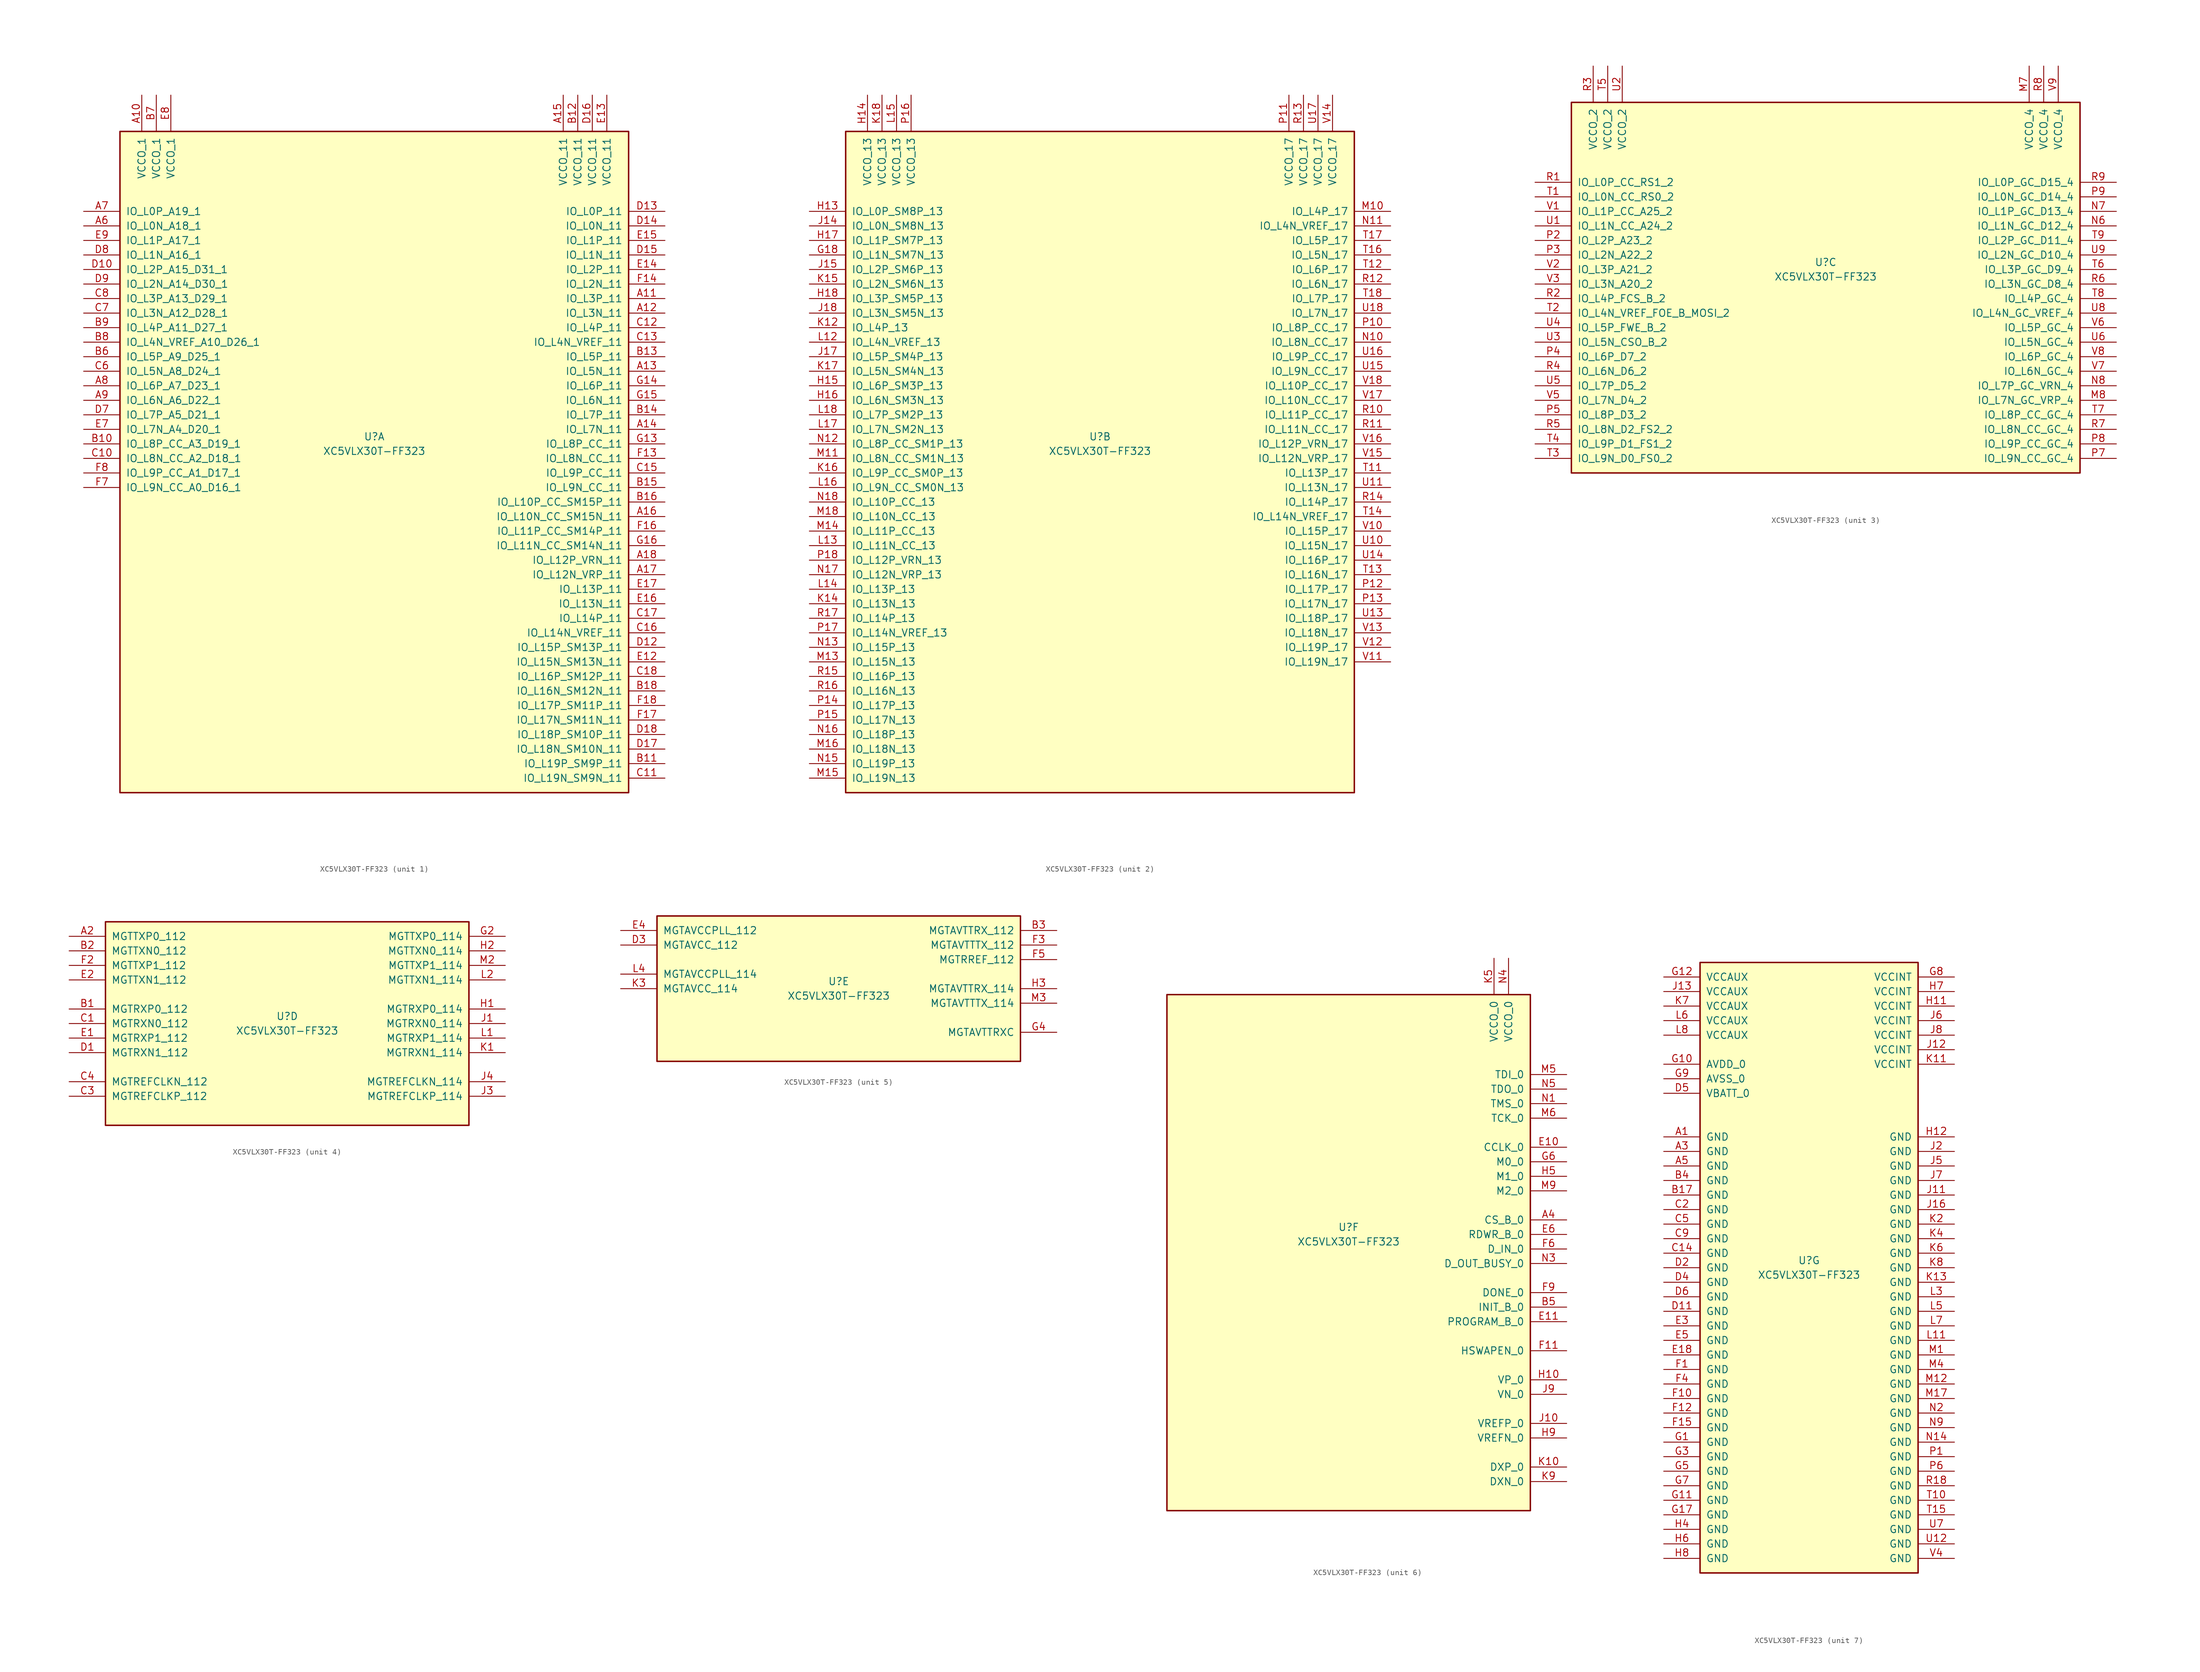
<source format=kicad_sym>
(kicad_symbol_lib
  (version 20211014)
  (generator kicad_symbol_editor)
  (symbol "XC5VLX30T-FF323"
    (pin_names
      (offset 1.016))
    (property "Reference" "U"
      (at 0 1.27 0)
      (effects (font (size 1.27 1.27))))
    (property "Value" "XC5VLX30T-FF323"
      (at 0 -1.27 0)
      (effects (font (size 1.27 1.27))))
    (property "Datasheet" ""
      (at 0 0 0)
      (effects (font (size 1.27 1.27))))
    (property "ki_locked" ""
      (at 0 0 0)
      (effects (font (size 1.27 1.27))))
    (symbol "XC5VLX30T-FF323_1_1"
      (rectangle (start -44.45 54.61) (end 44.45 -60.96) (stroke (width 0.254) (type default) (color 0 0 0 0)) (fill (type background)))
      (pin power_in line (at -40.64 60.96 270) (length 6.35) (name "VCCO_1" (effects (font (size 1.27 1.27)))) (number "A10" (effects (font (size 1.27 1.27)))))
      (pin bidirectional line (at 50.8 25.4 180) (length 6.35) (name "IO_L3P_11" (effects (font (size 1.27 1.27)))) (number "A11" (effects (font (size 1.27 1.27)))))
      (pin bidirectional line (at 50.8 22.86 180) (length 6.35) (name "IO_L3N_11" (effects (font (size 1.27 1.27)))) (number "A12" (effects (font (size 1.27 1.27)))))
      (pin bidirectional line (at 50.8 12.7 180) (length 6.35) (name "IO_L5N_11" (effects (font (size 1.27 1.27)))) (number "A13" (effects (font (size 1.27 1.27)))))
      (pin bidirectional line (at 50.8 2.54 180) (length 6.35) (name "IO_L7N_11" (effects (font (size 1.27 1.27)))) (number "A14" (effects (font (size 1.27 1.27)))))
      (pin power_in line (at 33.02 60.96 270) (length 6.35) (name "VCCO_11" (effects (font (size 1.27 1.27)))) (number "A15" (effects (font (size 1.27 1.27)))))
      (pin bidirectional line (at 50.8 -12.7 180) (length 6.35) (name "IO_L10N_CC_SM15N_11" (effects (font (size 1.27 1.27)))) (number "A16" (effects (font (size 1.27 1.27)))))
      (pin bidirectional line (at 50.8 -22.86 180) (length 6.35) (name "IO_L12N_VRP_11" (effects (font (size 1.27 1.27)))) (number "A17" (effects (font (size 1.27 1.27)))))
      (pin bidirectional line (at 50.8 -20.32 180) (length 6.35) (name "IO_L12P_VRN_11" (effects (font (size 1.27 1.27)))) (number "A18" (effects (font (size 1.27 1.27)))))
      (pin bidirectional line (at -50.8 38.1 0) (length 6.35) (name "IO_L0N_A18_1" (effects (font (size 1.27 1.27)))) (number "A6" (effects (font (size 1.27 1.27)))))
      (pin bidirectional line (at -50.8 40.64 0) (length 6.35) (name "IO_L0P_A19_1" (effects (font (size 1.27 1.27)))) (number "A7" (effects (font (size 1.27 1.27)))))
      (pin bidirectional line (at -50.8 10.16 0) (length 6.35) (name "IO_L6P_A7_D23_1" (effects (font (size 1.27 1.27)))) (number "A8" (effects (font (size 1.27 1.27)))))
      (pin bidirectional line (at -50.8 7.62 0) (length 6.35) (name "IO_L6N_A6_D22_1" (effects (font (size 1.27 1.27)))) (number "A9" (effects (font (size 1.27 1.27)))))
      (pin bidirectional line (at -50.8 0 0) (length 6.35) (name "IO_L8P_CC_A3_D19_1" (effects (font (size 1.27 1.27)))) (number "B10" (effects (font (size 1.27 1.27)))))
      (pin bidirectional line (at 50.8 -55.88 180) (length 6.35) (name "IO_L19P_SM9P_11" (effects (font (size 1.27 1.27)))) (number "B11" (effects (font (size 1.27 1.27)))))
      (pin power_in line (at 35.56 60.96 270) (length 6.35) (name "VCCO_11" (effects (font (size 1.27 1.27)))) (number "B12" (effects (font (size 1.27 1.27)))))
      (pin bidirectional line (at 50.8 15.24 180) (length 6.35) (name "IO_L5P_11" (effects (font (size 1.27 1.27)))) (number "B13" (effects (font (size 1.27 1.27)))))
      (pin bidirectional line (at 50.8 5.08 180) (length 6.35) (name "IO_L7P_11" (effects (font (size 1.27 1.27)))) (number "B14" (effects (font (size 1.27 1.27)))))
      (pin bidirectional line (at 50.8 -7.62 180) (length 6.35) (name "IO_L9N_CC_11" (effects (font (size 1.27 1.27)))) (number "B15" (effects (font (size 1.27 1.27)))))
      (pin bidirectional line (at 50.8 -10.16 180) (length 6.35) (name "IO_L10P_CC_SM15P_11" (effects (font (size 1.27 1.27)))) (number "B16" (effects (font (size 1.27 1.27)))))
      (pin bidirectional line (at 50.8 -43.18 180) (length 6.35) (name "IO_L16N_SM12N_11" (effects (font (size 1.27 1.27)))) (number "B18" (effects (font (size 1.27 1.27)))))
      (pin bidirectional line (at -50.8 15.24 0) (length 6.35) (name "IO_L5P_A9_D25_1" (effects (font (size 1.27 1.27)))) (number "B6" (effects (font (size 1.27 1.27)))))
      (pin power_in line (at -38.1 60.96 270) (length 6.35) (name "VCCO_1" (effects (font (size 1.27 1.27)))) (number "B7" (effects (font (size 1.27 1.27)))))
      (pin bidirectional line (at -50.8 17.78 0) (length 6.35) (name "IO_L4N_VREF_A10_D26_1" (effects (font (size 1.27 1.27)))) (number "B8" (effects (font (size 1.27 1.27)))))
      (pin bidirectional line (at -50.8 20.32 0) (length 6.35) (name "IO_L4P_A11_D27_1" (effects (font (size 1.27 1.27)))) (number "B9" (effects (font (size 1.27 1.27)))))
      (pin bidirectional line (at -50.8 -2.54 0) (length 6.35) (name "IO_L8N_CC_A2_D18_1" (effects (font (size 1.27 1.27)))) (number "C10" (effects (font (size 1.27 1.27)))))
      (pin bidirectional line (at 50.8 -58.42 180) (length 6.35) (name "IO_L19N_SM9N_11" (effects (font (size 1.27 1.27)))) (number "C11" (effects (font (size 1.27 1.27)))))
      (pin bidirectional line (at 50.8 20.32 180) (length 6.35) (name "IO_L4P_11" (effects (font (size 1.27 1.27)))) (number "C12" (effects (font (size 1.27 1.27)))))
      (pin bidirectional line (at 50.8 17.78 180) (length 6.35) (name "IO_L4N_VREF_11" (effects (font (size 1.27 1.27)))) (number "C13" (effects (font (size 1.27 1.27)))))
      (pin bidirectional line (at 50.8 -5.08 180) (length 6.35) (name "IO_L9P_CC_11" (effects (font (size 1.27 1.27)))) (number "C15" (effects (font (size 1.27 1.27)))))
      (pin bidirectional line (at 50.8 -33.02 180) (length 6.35) (name "IO_L14N_VREF_11" (effects (font (size 1.27 1.27)))) (number "C16" (effects (font (size 1.27 1.27)))))
      (pin bidirectional line (at 50.8 -30.48 180) (length 6.35) (name "IO_L14P_11" (effects (font (size 1.27 1.27)))) (number "C17" (effects (font (size 1.27 1.27)))))
      (pin bidirectional line (at 50.8 -40.64 180) (length 6.35) (name "IO_L16P_SM12P_11" (effects (font (size 1.27 1.27)))) (number "C18" (effects (font (size 1.27 1.27)))))
      (pin bidirectional line (at -50.8 12.7 0) (length 6.35) (name "IO_L5N_A8_D24_1" (effects (font (size 1.27 1.27)))) (number "C6" (effects (font (size 1.27 1.27)))))
      (pin bidirectional line (at -50.8 22.86 0) (length 6.35) (name "IO_L3N_A12_D28_1" (effects (font (size 1.27 1.27)))) (number "C7" (effects (font (size 1.27 1.27)))))
      (pin bidirectional line (at -50.8 25.4 0) (length 6.35) (name "IO_L3P_A13_D29_1" (effects (font (size 1.27 1.27)))) (number "C8" (effects (font (size 1.27 1.27)))))
      (pin bidirectional line (at -50.8 30.48 0) (length 6.35) (name "IO_L2P_A15_D31_1" (effects (font (size 1.27 1.27)))) (number "D10" (effects (font (size 1.27 1.27)))))
      (pin bidirectional line (at 50.8 -35.56 180) (length 6.35) (name "IO_L15P_SM13P_11" (effects (font (size 1.27 1.27)))) (number "D12" (effects (font (size 1.27 1.27)))))
      (pin bidirectional line (at 50.8 40.64 180) (length 6.35) (name "IO_L0P_11" (effects (font (size 1.27 1.27)))) (number "D13" (effects (font (size 1.27 1.27)))))
      (pin bidirectional line (at 50.8 38.1 180) (length 6.35) (name "IO_L0N_11" (effects (font (size 1.27 1.27)))) (number "D14" (effects (font (size 1.27 1.27)))))
      (pin bidirectional line (at 50.8 33.02 180) (length 6.35) (name "IO_L1N_11" (effects (font (size 1.27 1.27)))) (number "D15" (effects (font (size 1.27 1.27)))))
      (pin power_in line (at 38.1 60.96 270) (length 6.35) (name "VCCO_11" (effects (font (size 1.27 1.27)))) (number "D16" (effects (font (size 1.27 1.27)))))
      (pin bidirectional line (at 50.8 -53.34 180) (length 6.35) (name "IO_L18N_SM10N_11" (effects (font (size 1.27 1.27)))) (number "D17" (effects (font (size 1.27 1.27)))))
      (pin bidirectional line (at 50.8 -50.8 180) (length 6.35) (name "IO_L18P_SM10P_11" (effects (font (size 1.27 1.27)))) (number "D18" (effects (font (size 1.27 1.27)))))
      (pin bidirectional line (at -50.8 5.08 0) (length 6.35) (name "IO_L7P_A5_D21_1" (effects (font (size 1.27 1.27)))) (number "D7" (effects (font (size 1.27 1.27)))))
      (pin bidirectional line (at -50.8 33.02 0) (length 6.35) (name "IO_L1N_A16_1" (effects (font (size 1.27 1.27)))) (number "D8" (effects (font (size 1.27 1.27)))))
      (pin bidirectional line (at -50.8 27.94 0) (length 6.35) (name "IO_L2N_A14_D30_1" (effects (font (size 1.27 1.27)))) (number "D9" (effects (font (size 1.27 1.27)))))
      (pin bidirectional line (at 50.8 -38.1 180) (length 6.35) (name "IO_L15N_SM13N_11" (effects (font (size 1.27 1.27)))) (number "E12" (effects (font (size 1.27 1.27)))))
      (pin power_in line (at 40.64 60.96 270) (length 6.35) (name "VCCO_11" (effects (font (size 1.27 1.27)))) (number "E13" (effects (font (size 1.27 1.27)))))
      (pin bidirectional line (at 50.8 30.48 180) (length 6.35) (name "IO_L2P_11" (effects (font (size 1.27 1.27)))) (number "E14" (effects (font (size 1.27 1.27)))))
      (pin bidirectional line (at 50.8 35.56 180) (length 6.35) (name "IO_L1P_11" (effects (font (size 1.27 1.27)))) (number "E15" (effects (font (size 1.27 1.27)))))
      (pin bidirectional line (at 50.8 -27.94 180) (length 6.35) (name "IO_L13N_11" (effects (font (size 1.27 1.27)))) (number "E16" (effects (font (size 1.27 1.27)))))
      (pin bidirectional line (at 50.8 -25.4 180) (length 6.35) (name "IO_L13P_11" (effects (font (size 1.27 1.27)))) (number "E17" (effects (font (size 1.27 1.27)))))
      (pin bidirectional line (at -50.8 2.54 0) (length 6.35) (name "IO_L7N_A4_D20_1" (effects (font (size 1.27 1.27)))) (number "E7" (effects (font (size 1.27 1.27)))))
      (pin power_in line (at -35.56 60.96 270) (length 6.35) (name "VCCO_1" (effects (font (size 1.27 1.27)))) (number "E8" (effects (font (size 1.27 1.27)))))
      (pin bidirectional line (at -50.8 35.56 0) (length 6.35) (name "IO_L1P_A17_1" (effects (font (size 1.27 1.27)))) (number "E9" (effects (font (size 1.27 1.27)))))
      (pin bidirectional line (at 50.8 -2.54 180) (length 6.35) (name "IO_L8N_CC_11" (effects (font (size 1.27 1.27)))) (number "F13" (effects (font (size 1.27 1.27)))))
      (pin bidirectional line (at 50.8 27.94 180) (length 6.35) (name "IO_L2N_11" (effects (font (size 1.27 1.27)))) (number "F14" (effects (font (size 1.27 1.27)))))
      (pin bidirectional line (at 50.8 -15.24 180) (length 6.35) (name "IO_L11P_CC_SM14P_11" (effects (font (size 1.27 1.27)))) (number "F16" (effects (font (size 1.27 1.27)))))
      (pin bidirectional line (at 50.8 -48.26 180) (length 6.35) (name "IO_L17N_SM11N_11" (effects (font (size 1.27 1.27)))) (number "F17" (effects (font (size 1.27 1.27)))))
      (pin bidirectional line (at 50.8 -45.72 180) (length 6.35) (name "IO_L17P_SM11P_11" (effects (font (size 1.27 1.27)))) (number "F18" (effects (font (size 1.27 1.27)))))
      (pin bidirectional line (at -50.8 -7.62 0) (length 6.35) (name "IO_L9N_CC_A0_D16_1" (effects (font (size 1.27 1.27)))) (number "F7" (effects (font (size 1.27 1.27)))))
      (pin bidirectional line (at -50.8 -5.08 0) (length 6.35) (name "IO_L9P_CC_A1_D17_1" (effects (font (size 1.27 1.27)))) (number "F8" (effects (font (size 1.27 1.27)))))
      (pin bidirectional line (at 50.8 0 180) (length 6.35) (name "IO_L8P_CC_11" (effects (font (size 1.27 1.27)))) (number "G13" (effects (font (size 1.27 1.27)))))
      (pin bidirectional line (at 50.8 10.16 180) (length 6.35) (name "IO_L6P_11" (effects (font (size 1.27 1.27)))) (number "G14" (effects (font (size 1.27 1.27)))))
      (pin bidirectional line (at 50.8 7.62 180) (length 6.35) (name "IO_L6N_11" (effects (font (size 1.27 1.27)))) (number "G15" (effects (font (size 1.27 1.27)))))
      (pin bidirectional line (at 50.8 -17.78 180) (length 6.35) (name "IO_L11N_CC_SM14N_11" (effects (font (size 1.27 1.27)))) (number "G16" (effects (font (size 1.27 1.27))))))
    (symbol "XC5VLX30T-FF323_2_1"
      (rectangle (start -44.45 54.61) (end 44.45 -60.96) (stroke (width 0.254) (type default) (color 0 0 0 0)) (fill (type background)))
      (pin bidirectional line (at -50.8 33.02 0) (length 6.35) (name "IO_L1N_SM7N_13" (effects (font (size 1.27 1.27)))) (number "G18" (effects (font (size 1.27 1.27)))))
      (pin bidirectional line (at -50.8 40.64 0) (length 6.35) (name "IO_L0P_SM8P_13" (effects (font (size 1.27 1.27)))) (number "H13" (effects (font (size 1.27 1.27)))))
      (pin power_in line (at -40.64 60.96 270) (length 6.35) (name "VCCO_13" (effects (font (size 1.27 1.27)))) (number "H14" (effects (font (size 1.27 1.27)))))
      (pin bidirectional line (at -50.8 10.16 0) (length 6.35) (name "IO_L6P_SM3P_13" (effects (font (size 1.27 1.27)))) (number "H15" (effects (font (size 1.27 1.27)))))
      (pin bidirectional line (at -50.8 7.62 0) (length 6.35) (name "IO_L6N_SM3N_13" (effects (font (size 1.27 1.27)))) (number "H16" (effects (font (size 1.27 1.27)))))
      (pin bidirectional line (at -50.8 35.56 0) (length 6.35) (name "IO_L1P_SM7P_13" (effects (font (size 1.27 1.27)))) (number "H17" (effects (font (size 1.27 1.27)))))
      (pin bidirectional line (at -50.8 25.4 0) (length 6.35) (name "IO_L3P_SM5P_13" (effects (font (size 1.27 1.27)))) (number "H18" (effects (font (size 1.27 1.27)))))
      (pin bidirectional line (at -50.8 38.1 0) (length 6.35) (name "IO_L0N_SM8N_13" (effects (font (size 1.27 1.27)))) (number "J14" (effects (font (size 1.27 1.27)))))
      (pin bidirectional line (at -50.8 30.48 0) (length 6.35) (name "IO_L2P_SM6P_13" (effects (font (size 1.27 1.27)))) (number "J15" (effects (font (size 1.27 1.27)))))
      (pin bidirectional line (at -50.8 15.24 0) (length 6.35) (name "IO_L5P_SM4P_13" (effects (font (size 1.27 1.27)))) (number "J17" (effects (font (size 1.27 1.27)))))
      (pin bidirectional line (at -50.8 22.86 0) (length 6.35) (name "IO_L3N_SM5N_13" (effects (font (size 1.27 1.27)))) (number "J18" (effects (font (size 1.27 1.27)))))
      (pin bidirectional line (at -50.8 20.32 0) (length 6.35) (name "IO_L4P_13" (effects (font (size 1.27 1.27)))) (number "K12" (effects (font (size 1.27 1.27)))))
      (pin bidirectional line (at -50.8 -27.94 0) (length 6.35) (name "IO_L13N_13" (effects (font (size 1.27 1.27)))) (number "K14" (effects (font (size 1.27 1.27)))))
      (pin bidirectional line (at -50.8 27.94 0) (length 6.35) (name "IO_L2N_SM6N_13" (effects (font (size 1.27 1.27)))) (number "K15" (effects (font (size 1.27 1.27)))))
      (pin bidirectional line (at -50.8 -5.08 0) (length 6.35) (name "IO_L9P_CC_SM0P_13" (effects (font (size 1.27 1.27)))) (number "K16" (effects (font (size 1.27 1.27)))))
      (pin bidirectional line (at -50.8 12.7 0) (length 6.35) (name "IO_L5N_SM4N_13" (effects (font (size 1.27 1.27)))) (number "K17" (effects (font (size 1.27 1.27)))))
      (pin power_in line (at -38.1 60.96 270) (length 6.35) (name "VCCO_13" (effects (font (size 1.27 1.27)))) (number "K18" (effects (font (size 1.27 1.27)))))
      (pin bidirectional line (at -50.8 17.78 0) (length 6.35) (name "IO_L4N_VREF_13" (effects (font (size 1.27 1.27)))) (number "L12" (effects (font (size 1.27 1.27)))))
      (pin bidirectional line (at -50.8 -17.78 0) (length 6.35) (name "IO_L11N_CC_13" (effects (font (size 1.27 1.27)))) (number "L13" (effects (font (size 1.27 1.27)))))
      (pin bidirectional line (at -50.8 -25.4 0) (length 6.35) (name "IO_L13P_13" (effects (font (size 1.27 1.27)))) (number "L14" (effects (font (size 1.27 1.27)))))
      (pin power_in line (at -35.56 60.96 270) (length 6.35) (name "VCCO_13" (effects (font (size 1.27 1.27)))) (number "L15" (effects (font (size 1.27 1.27)))))
      (pin bidirectional line (at -50.8 -7.62 0) (length 6.35) (name "IO_L9N_CC_SM0N_13" (effects (font (size 1.27 1.27)))) (number "L16" (effects (font (size 1.27 1.27)))))
      (pin bidirectional line (at -50.8 2.54 0) (length 6.35) (name "IO_L7N_SM2N_13" (effects (font (size 1.27 1.27)))) (number "L17" (effects (font (size 1.27 1.27)))))
      (pin bidirectional line (at -50.8 5.08 0) (length 6.35) (name "IO_L7P_SM2P_13" (effects (font (size 1.27 1.27)))) (number "L18" (effects (font (size 1.27 1.27)))))
      (pin bidirectional line (at 50.8 40.64 180) (length 6.35) (name "IO_L4P_17" (effects (font (size 1.27 1.27)))) (number "M10" (effects (font (size 1.27 1.27)))))
      (pin bidirectional line (at -50.8 -2.54 0) (length 6.35) (name "IO_L8N_CC_SM1N_13" (effects (font (size 1.27 1.27)))) (number "M11" (effects (font (size 1.27 1.27)))))
      (pin bidirectional line (at -50.8 -38.1 0) (length 6.35) (name "IO_L15N_13" (effects (font (size 1.27 1.27)))) (number "M13" (effects (font (size 1.27 1.27)))))
      (pin bidirectional line (at -50.8 -15.24 0) (length 6.35) (name "IO_L11P_CC_13" (effects (font (size 1.27 1.27)))) (number "M14" (effects (font (size 1.27 1.27)))))
      (pin bidirectional line (at -50.8 -58.42 0) (length 6.35) (name "IO_L19N_13" (effects (font (size 1.27 1.27)))) (number "M15" (effects (font (size 1.27 1.27)))))
      (pin bidirectional line (at -50.8 -53.34 0) (length 6.35) (name "IO_L18N_13" (effects (font (size 1.27 1.27)))) (number "M16" (effects (font (size 1.27 1.27)))))
      (pin bidirectional line (at -50.8 -12.7 0) (length 6.35) (name "IO_L10N_CC_13" (effects (font (size 1.27 1.27)))) (number "M18" (effects (font (size 1.27 1.27)))))
      (pin bidirectional line (at 50.8 17.78 180) (length 6.35) (name "IO_L8N_CC_17" (effects (font (size 1.27 1.27)))) (number "N10" (effects (font (size 1.27 1.27)))))
      (pin bidirectional line (at 50.8 38.1 180) (length 6.35) (name "IO_L4N_VREF_17" (effects (font (size 1.27 1.27)))) (number "N11" (effects (font (size 1.27 1.27)))))
      (pin bidirectional line (at -50.8 0 0) (length 6.35) (name "IO_L8P_CC_SM1P_13" (effects (font (size 1.27 1.27)))) (number "N12" (effects (font (size 1.27 1.27)))))
      (pin bidirectional line (at -50.8 -35.56 0) (length 6.35) (name "IO_L15P_13" (effects (font (size 1.27 1.27)))) (number "N13" (effects (font (size 1.27 1.27)))))
      (pin bidirectional line (at -50.8 -55.88 0) (length 6.35) (name "IO_L19P_13" (effects (font (size 1.27 1.27)))) (number "N15" (effects (font (size 1.27 1.27)))))
      (pin bidirectional line (at -50.8 -50.8 0) (length 6.35) (name "IO_L18P_13" (effects (font (size 1.27 1.27)))) (number "N16" (effects (font (size 1.27 1.27)))))
      (pin bidirectional line (at -50.8 -22.86 0) (length 6.35) (name "IO_L12N_VRP_13" (effects (font (size 1.27 1.27)))) (number "N17" (effects (font (size 1.27 1.27)))))
      (pin bidirectional line (at -50.8 -10.16 0) (length 6.35) (name "IO_L10P_CC_13" (effects (font (size 1.27 1.27)))) (number "N18" (effects (font (size 1.27 1.27)))))
      (pin bidirectional line (at 50.8 20.32 180) (length 6.35) (name "IO_L8P_CC_17" (effects (font (size 1.27 1.27)))) (number "P10" (effects (font (size 1.27 1.27)))))
      (pin power_in line (at 33.02 60.96 270) (length 6.35) (name "VCCO_17" (effects (font (size 1.27 1.27)))) (number "P11" (effects (font (size 1.27 1.27)))))
      (pin bidirectional line (at 50.8 -25.4 180) (length 6.35) (name "IO_L17P_17" (effects (font (size 1.27 1.27)))) (number "P12" (effects (font (size 1.27 1.27)))))
      (pin bidirectional line (at 50.8 -27.94 180) (length 6.35) (name "IO_L17N_17" (effects (font (size 1.27 1.27)))) (number "P13" (effects (font (size 1.27 1.27)))))
      (pin bidirectional line (at -50.8 -45.72 0) (length 6.35) (name "IO_L17P_13" (effects (font (size 1.27 1.27)))) (number "P14" (effects (font (size 1.27 1.27)))))
      (pin bidirectional line (at -50.8 -48.26 0) (length 6.35) (name "IO_L17N_13" (effects (font (size 1.27 1.27)))) (number "P15" (effects (font (size 1.27 1.27)))))
      (pin power_in line (at -33.02 60.96 270) (length 6.35) (name "VCCO_13" (effects (font (size 1.27 1.27)))) (number "P16" (effects (font (size 1.27 1.27)))))
      (pin bidirectional line (at -50.8 -33.02 0) (length 6.35) (name "IO_L14N_VREF_13" (effects (font (size 1.27 1.27)))) (number "P17" (effects (font (size 1.27 1.27)))))
      (pin bidirectional line (at -50.8 -20.32 0) (length 6.35) (name "IO_L12P_VRN_13" (effects (font (size 1.27 1.27)))) (number "P18" (effects (font (size 1.27 1.27)))))
      (pin bidirectional line (at 50.8 5.08 180) (length 6.35) (name "IO_L11P_CC_17" (effects (font (size 1.27 1.27)))) (number "R10" (effects (font (size 1.27 1.27)))))
      (pin bidirectional line (at 50.8 2.54 180) (length 6.35) (name "IO_L11N_CC_17" (effects (font (size 1.27 1.27)))) (number "R11" (effects (font (size 1.27 1.27)))))
      (pin bidirectional line (at 50.8 27.94 180) (length 6.35) (name "IO_L6N_17" (effects (font (size 1.27 1.27)))) (number "R12" (effects (font (size 1.27 1.27)))))
      (pin power_in line (at 35.56 60.96 270) (length 6.35) (name "VCCO_17" (effects (font (size 1.27 1.27)))) (number "R13" (effects (font (size 1.27 1.27)))))
      (pin bidirectional line (at 50.8 -10.16 180) (length 6.35) (name "IO_L14P_17" (effects (font (size 1.27 1.27)))) (number "R14" (effects (font (size 1.27 1.27)))))
      (pin bidirectional line (at -50.8 -40.64 0) (length 6.35) (name "IO_L16P_13" (effects (font (size 1.27 1.27)))) (number "R15" (effects (font (size 1.27 1.27)))))
      (pin bidirectional line (at -50.8 -43.18 0) (length 6.35) (name "IO_L16N_13" (effects (font (size 1.27 1.27)))) (number "R16" (effects (font (size 1.27 1.27)))))
      (pin bidirectional line (at -50.8 -30.48 0) (length 6.35) (name "IO_L14P_13" (effects (font (size 1.27 1.27)))) (number "R17" (effects (font (size 1.27 1.27)))))
      (pin bidirectional line (at 50.8 -5.08 180) (length 6.35) (name "IO_L13P_17" (effects (font (size 1.27 1.27)))) (number "T11" (effects (font (size 1.27 1.27)))))
      (pin bidirectional line (at 50.8 30.48 180) (length 6.35) (name "IO_L6P_17" (effects (font (size 1.27 1.27)))) (number "T12" (effects (font (size 1.27 1.27)))))
      (pin bidirectional line (at 50.8 -22.86 180) (length 6.35) (name "IO_L16N_17" (effects (font (size 1.27 1.27)))) (number "T13" (effects (font (size 1.27 1.27)))))
      (pin bidirectional line (at 50.8 -12.7 180) (length 6.35) (name "IO_L14N_VREF_17" (effects (font (size 1.27 1.27)))) (number "T14" (effects (font (size 1.27 1.27)))))
      (pin bidirectional line (at 50.8 33.02 180) (length 6.35) (name "IO_L5N_17" (effects (font (size 1.27 1.27)))) (number "T16" (effects (font (size 1.27 1.27)))))
      (pin bidirectional line (at 50.8 35.56 180) (length 6.35) (name "IO_L5P_17" (effects (font (size 1.27 1.27)))) (number "T17" (effects (font (size 1.27 1.27)))))
      (pin bidirectional line (at 50.8 25.4 180) (length 6.35) (name "IO_L7P_17" (effects (font (size 1.27 1.27)))) (number "T18" (effects (font (size 1.27 1.27)))))
      (pin bidirectional line (at 50.8 -17.78 180) (length 6.35) (name "IO_L15N_17" (effects (font (size 1.27 1.27)))) (number "U10" (effects (font (size 1.27 1.27)))))
      (pin bidirectional line (at 50.8 -7.62 180) (length 6.35) (name "IO_L13N_17" (effects (font (size 1.27 1.27)))) (number "U11" (effects (font (size 1.27 1.27)))))
      (pin bidirectional line (at 50.8 -30.48 180) (length 6.35) (name "IO_L18P_17" (effects (font (size 1.27 1.27)))) (number "U13" (effects (font (size 1.27 1.27)))))
      (pin bidirectional line (at 50.8 -20.32 180) (length 6.35) (name "IO_L16P_17" (effects (font (size 1.27 1.27)))) (number "U14" (effects (font (size 1.27 1.27)))))
      (pin bidirectional line (at 50.8 12.7 180) (length 6.35) (name "IO_L9N_CC_17" (effects (font (size 1.27 1.27)))) (number "U15" (effects (font (size 1.27 1.27)))))
      (pin bidirectional line (at 50.8 15.24 180) (length 6.35) (name "IO_L9P_CC_17" (effects (font (size 1.27 1.27)))) (number "U16" (effects (font (size 1.27 1.27)))))
      (pin power_in line (at 38.1 60.96 270) (length 6.35) (name "VCCO_17" (effects (font (size 1.27 1.27)))) (number "U17" (effects (font (size 1.27 1.27)))))
      (pin bidirectional line (at 50.8 22.86 180) (length 6.35) (name "IO_L7N_17" (effects (font (size 1.27 1.27)))) (number "U18" (effects (font (size 1.27 1.27)))))
      (pin bidirectional line (at 50.8 -15.24 180) (length 6.35) (name "IO_L15P_17" (effects (font (size 1.27 1.27)))) (number "V10" (effects (font (size 1.27 1.27)))))
      (pin bidirectional line (at 50.8 -38.1 180) (length 6.35) (name "IO_L19N_17" (effects (font (size 1.27 1.27)))) (number "V11" (effects (font (size 1.27 1.27)))))
      (pin bidirectional line (at 50.8 -35.56 180) (length 6.35) (name "IO_L19P_17" (effects (font (size 1.27 1.27)))) (number "V12" (effects (font (size 1.27 1.27)))))
      (pin bidirectional line (at 50.8 -33.02 180) (length 6.35) (name "IO_L18N_17" (effects (font (size 1.27 1.27)))) (number "V13" (effects (font (size 1.27 1.27)))))
      (pin power_in line (at 40.64 60.96 270) (length 6.35) (name "VCCO_17" (effects (font (size 1.27 1.27)))) (number "V14" (effects (font (size 1.27 1.27)))))
      (pin bidirectional line (at 50.8 -2.54 180) (length 6.35) (name "IO_L12N_VRP_17" (effects (font (size 1.27 1.27)))) (number "V15" (effects (font (size 1.27 1.27)))))
      (pin bidirectional line (at 50.8 0 180) (length 6.35) (name "IO_L12P_VRN_17" (effects (font (size 1.27 1.27)))) (number "V16" (effects (font (size 1.27 1.27)))))
      (pin bidirectional line (at 50.8 7.62 180) (length 6.35) (name "IO_L10N_CC_17" (effects (font (size 1.27 1.27)))) (number "V17" (effects (font (size 1.27 1.27)))))
      (pin bidirectional line (at 50.8 10.16 180) (length 6.35) (name "IO_L10P_CC_17" (effects (font (size 1.27 1.27)))) (number "V18" (effects (font (size 1.27 1.27))))))
    (symbol "XC5VLX30T-FF323_3_1"
      (rectangle (start -44.45 29.21) (end 44.45 -35.56) (stroke (width 0.254) (type default) (color 0 0 0 0)) (fill (type background)))
      (pin power_in line (at 35.56 35.56 270) (length 6.35) (name "VCCO_4" (effects (font (size 1.27 1.27)))) (number "M7" (effects (font (size 1.27 1.27)))))
      (pin bidirectional line (at 50.8 -22.86 180) (length 6.35) (name "IO_L7N_GC_VRP_4" (effects (font (size 1.27 1.27)))) (number "M8" (effects (font (size 1.27 1.27)))))
      (pin bidirectional line (at 50.8 7.62 180) (length 6.35) (name "IO_L1N_GC_D12_4" (effects (font (size 1.27 1.27)))) (number "N6" (effects (font (size 1.27 1.27)))))
      (pin bidirectional line (at 50.8 10.16 180) (length 6.35) (name "IO_L1P_GC_D13_4" (effects (font (size 1.27 1.27)))) (number "N7" (effects (font (size 1.27 1.27)))))
      (pin bidirectional line (at 50.8 -20.32 180) (length 6.35) (name "IO_L7P_GC_VRN_4" (effects (font (size 1.27 1.27)))) (number "N8" (effects (font (size 1.27 1.27)))))
      (pin bidirectional line (at -50.8 5.08 0) (length 6.35) (name "IO_L2P_A23_2" (effects (font (size 1.27 1.27)))) (number "P2" (effects (font (size 1.27 1.27)))))
      (pin bidirectional line (at -50.8 2.54 0) (length 6.35) (name "IO_L2N_A22_2" (effects (font (size 1.27 1.27)))) (number "P3" (effects (font (size 1.27 1.27)))))
      (pin bidirectional line (at -50.8 -15.24 0) (length 6.35) (name "IO_L6P_D7_2" (effects (font (size 1.27 1.27)))) (number "P4" (effects (font (size 1.27 1.27)))))
      (pin bidirectional line (at -50.8 -25.4 0) (length 6.35) (name "IO_L8P_D3_2" (effects (font (size 1.27 1.27)))) (number "P5" (effects (font (size 1.27 1.27)))))
      (pin bidirectional line (at 50.8 -33.02 180) (length 6.35) (name "IO_L9N_CC_GC_4" (effects (font (size 1.27 1.27)))) (number "P7" (effects (font (size 1.27 1.27)))))
      (pin bidirectional line (at 50.8 -30.48 180) (length 6.35) (name "IO_L9P_CC_GC_4" (effects (font (size 1.27 1.27)))) (number "P8" (effects (font (size 1.27 1.27)))))
      (pin bidirectional line (at 50.8 12.7 180) (length 6.35) (name "IO_L0N_GC_D14_4" (effects (font (size 1.27 1.27)))) (number "P9" (effects (font (size 1.27 1.27)))))
      (pin bidirectional line (at -50.8 15.24 0) (length 6.35) (name "IO_L0P_CC_RS1_2" (effects (font (size 1.27 1.27)))) (number "R1" (effects (font (size 1.27 1.27)))))
      (pin bidirectional line (at -50.8 -5.08 0) (length 6.35) (name "IO_L4P_FCS_B_2" (effects (font (size 1.27 1.27)))) (number "R2" (effects (font (size 1.27 1.27)))))
      (pin power_in line (at -40.64 35.56 270) (length 6.35) (name "VCCO_2" (effects (font (size 1.27 1.27)))) (number "R3" (effects (font (size 1.27 1.27)))))
      (pin bidirectional line (at -50.8 -17.78 0) (length 6.35) (name "IO_L6N_D6_2" (effects (font (size 1.27 1.27)))) (number "R4" (effects (font (size 1.27 1.27)))))
      (pin bidirectional line (at -50.8 -27.94 0) (length 6.35) (name "IO_L8N_D2_FS2_2" (effects (font (size 1.27 1.27)))) (number "R5" (effects (font (size 1.27 1.27)))))
      (pin bidirectional line (at 50.8 -2.54 180) (length 6.35) (name "IO_L3N_GC_D8_4" (effects (font (size 1.27 1.27)))) (number "R6" (effects (font (size 1.27 1.27)))))
      (pin bidirectional line (at 50.8 -27.94 180) (length 6.35) (name "IO_L8N_CC_GC_4" (effects (font (size 1.27 1.27)))) (number "R7" (effects (font (size 1.27 1.27)))))
      (pin power_in line (at 38.1 35.56 270) (length 6.35) (name "VCCO_4" (effects (font (size 1.27 1.27)))) (number "R8" (effects (font (size 1.27 1.27)))))
      (pin bidirectional line (at 50.8 15.24 180) (length 6.35) (name "IO_L0P_GC_D15_4" (effects (font (size 1.27 1.27)))) (number "R9" (effects (font (size 1.27 1.27)))))
      (pin bidirectional line (at -50.8 12.7 0) (length 6.35) (name "IO_L0N_CC_RS0_2" (effects (font (size 1.27 1.27)))) (number "T1" (effects (font (size 1.27 1.27)))))
      (pin bidirectional line (at -50.8 -7.62 0) (length 6.35) (name "IO_L4N_VREF_FOE_B_MOSI_2" (effects (font (size 1.27 1.27)))) (number "T2" (effects (font (size 1.27 1.27)))))
      (pin bidirectional line (at -50.8 -33.02 0) (length 6.35) (name "IO_L9N_D0_FS0_2" (effects (font (size 1.27 1.27)))) (number "T3" (effects (font (size 1.27 1.27)))))
      (pin bidirectional line (at -50.8 -30.48 0) (length 6.35) (name "IO_L9P_D1_FS1_2" (effects (font (size 1.27 1.27)))) (number "T4" (effects (font (size 1.27 1.27)))))
      (pin power_in line (at -38.1 35.56 270) (length 6.35) (name "VCCO_2" (effects (font (size 1.27 1.27)))) (number "T5" (effects (font (size 1.27 1.27)))))
      (pin bidirectional line (at 50.8 0 180) (length 6.35) (name "IO_L3P_GC_D9_4" (effects (font (size 1.27 1.27)))) (number "T6" (effects (font (size 1.27 1.27)))))
      (pin bidirectional line (at 50.8 -25.4 180) (length 6.35) (name "IO_L8P_CC_GC_4" (effects (font (size 1.27 1.27)))) (number "T7" (effects (font (size 1.27 1.27)))))
      (pin bidirectional line (at 50.8 -5.08 180) (length 6.35) (name "IO_L4P_GC_4" (effects (font (size 1.27 1.27)))) (number "T8" (effects (font (size 1.27 1.27)))))
      (pin bidirectional line (at 50.8 5.08 180) (length 6.35) (name "IO_L2P_GC_D11_4" (effects (font (size 1.27 1.27)))) (number "T9" (effects (font (size 1.27 1.27)))))
      (pin bidirectional line (at -50.8 7.62 0) (length 6.35) (name "IO_L1N_CC_A24_2" (effects (font (size 1.27 1.27)))) (number "U1" (effects (font (size 1.27 1.27)))))
      (pin power_in line (at -35.56 35.56 270) (length 6.35) (name "VCCO_2" (effects (font (size 1.27 1.27)))) (number "U2" (effects (font (size 1.27 1.27)))))
      (pin bidirectional line (at -50.8 -12.7 0) (length 6.35) (name "IO_L5N_CSO_B_2" (effects (font (size 1.27 1.27)))) (number "U3" (effects (font (size 1.27 1.27)))))
      (pin bidirectional line (at -50.8 -10.16 0) (length 6.35) (name "IO_L5P_FWE_B_2" (effects (font (size 1.27 1.27)))) (number "U4" (effects (font (size 1.27 1.27)))))
      (pin bidirectional line (at -50.8 -20.32 0) (length 6.35) (name "IO_L7P_D5_2" (effects (font (size 1.27 1.27)))) (number "U5" (effects (font (size 1.27 1.27)))))
      (pin bidirectional line (at 50.8 -12.7 180) (length 6.35) (name "IO_L5N_GC_4" (effects (font (size 1.27 1.27)))) (number "U6" (effects (font (size 1.27 1.27)))))
      (pin bidirectional line (at 50.8 -7.62 180) (length 6.35) (name "IO_L4N_GC_VREF_4" (effects (font (size 1.27 1.27)))) (number "U8" (effects (font (size 1.27 1.27)))))
      (pin bidirectional line (at 50.8 2.54 180) (length 6.35) (name "IO_L2N_GC_D10_4" (effects (font (size 1.27 1.27)))) (number "U9" (effects (font (size 1.27 1.27)))))
      (pin bidirectional line (at -50.8 10.16 0) (length 6.35) (name "IO_L1P_CC_A25_2" (effects (font (size 1.27 1.27)))) (number "V1" (effects (font (size 1.27 1.27)))))
      (pin bidirectional line (at -50.8 0 0) (length 6.35) (name "IO_L3P_A21_2" (effects (font (size 1.27 1.27)))) (number "V2" (effects (font (size 1.27 1.27)))))
      (pin bidirectional line (at -50.8 -2.54 0) (length 6.35) (name "IO_L3N_A20_2" (effects (font (size 1.27 1.27)))) (number "V3" (effects (font (size 1.27 1.27)))))
      (pin bidirectional line (at -50.8 -22.86 0) (length 6.35) (name "IO_L7N_D4_2" (effects (font (size 1.27 1.27)))) (number "V5" (effects (font (size 1.27 1.27)))))
      (pin bidirectional line (at 50.8 -10.16 180) (length 6.35) (name "IO_L5P_GC_4" (effects (font (size 1.27 1.27)))) (number "V6" (effects (font (size 1.27 1.27)))))
      (pin bidirectional line (at 50.8 -17.78 180) (length 6.35) (name "IO_L6N_GC_4" (effects (font (size 1.27 1.27)))) (number "V7" (effects (font (size 1.27 1.27)))))
      (pin bidirectional line (at 50.8 -15.24 180) (length 6.35) (name "IO_L6P_GC_4" (effects (font (size 1.27 1.27)))) (number "V8" (effects (font (size 1.27 1.27)))))
      (pin power_in line (at 40.64 35.56 270) (length 6.35) (name "VCCO_4" (effects (font (size 1.27 1.27)))) (number "V9" (effects (font (size 1.27 1.27))))))
    (symbol "XC5VLX30T-FF323_4_1"
      (rectangle (start -31.75 17.78) (end 31.75 -17.78) (stroke (width 0.254) (type default) (color 0 0 0 0)) (fill (type background)))
      (pin bidirectional line (at -38.1 15.24 0) (length 6.35) (name "MGTTXP0_112" (effects (font (size 1.27 1.27)))) (number "A2" (effects (font (size 1.27 1.27)))))
      (pin bidirectional line (at -38.1 2.54 0) (length 6.35) (name "MGTRXP0_112" (effects (font (size 1.27 1.27)))) (number "B1" (effects (font (size 1.27 1.27)))))
      (pin bidirectional line (at -38.1 12.7 0) (length 6.35) (name "MGTTXN0_112" (effects (font (size 1.27 1.27)))) (number "B2" (effects (font (size 1.27 1.27)))))
      (pin bidirectional line (at -38.1 0 0) (length 6.35) (name "MGTRXN0_112" (effects (font (size 1.27 1.27)))) (number "C1" (effects (font (size 1.27 1.27)))))
      (pin bidirectional line (at -38.1 -12.7 0) (length 6.35) (name "MGTREFCLKP_112" (effects (font (size 1.27 1.27)))) (number "C3" (effects (font (size 1.27 1.27)))))
      (pin bidirectional line (at -38.1 -10.16 0) (length 6.35) (name "MGTREFCLKN_112" (effects (font (size 1.27 1.27)))) (number "C4" (effects (font (size 1.27 1.27)))))
      (pin bidirectional line (at -38.1 -5.08 0) (length 6.35) (name "MGTRXN1_112" (effects (font (size 1.27 1.27)))) (number "D1" (effects (font (size 1.27 1.27)))))
      (pin bidirectional line (at -38.1 -2.54 0) (length 6.35) (name "MGTRXP1_112" (effects (font (size 1.27 1.27)))) (number "E1" (effects (font (size 1.27 1.27)))))
      (pin bidirectional line (at -38.1 7.62 0) (length 6.35) (name "MGTTXN1_112" (effects (font (size 1.27 1.27)))) (number "E2" (effects (font (size 1.27 1.27)))))
      (pin bidirectional line (at -38.1 10.16 0) (length 6.35) (name "MGTTXP1_112" (effects (font (size 1.27 1.27)))) (number "F2" (effects (font (size 1.27 1.27)))))
      (pin bidirectional line (at 38.1 15.24 180) (length 6.35) (name "MGTTXP0_114" (effects (font (size 1.27 1.27)))) (number "G2" (effects (font (size 1.27 1.27)))))
      (pin bidirectional line (at 38.1 2.54 180) (length 6.35) (name "MGTRXP0_114" (effects (font (size 1.27 1.27)))) (number "H1" (effects (font (size 1.27 1.27)))))
      (pin bidirectional line (at 38.1 12.7 180) (length 6.35) (name "MGTTXN0_114" (effects (font (size 1.27 1.27)))) (number "H2" (effects (font (size 1.27 1.27)))))
      (pin bidirectional line (at 38.1 0 180) (length 6.35) (name "MGTRXN0_114" (effects (font (size 1.27 1.27)))) (number "J1" (effects (font (size 1.27 1.27)))))
      (pin bidirectional line (at 38.1 -12.7 180) (length 6.35) (name "MGTREFCLKP_114" (effects (font (size 1.27 1.27)))) (number "J3" (effects (font (size 1.27 1.27)))))
      (pin bidirectional line (at 38.1 -10.16 180) (length 6.35) (name "MGTREFCLKN_114" (effects (font (size 1.27 1.27)))) (number "J4" (effects (font (size 1.27 1.27)))))
      (pin bidirectional line (at 38.1 -5.08 180) (length 6.35) (name "MGTRXN1_114" (effects (font (size 1.27 1.27)))) (number "K1" (effects (font (size 1.27 1.27)))))
      (pin bidirectional line (at 38.1 -2.54 180) (length 6.35) (name "MGTRXP1_114" (effects (font (size 1.27 1.27)))) (number "L1" (effects (font (size 1.27 1.27)))))
      (pin bidirectional line (at 38.1 7.62 180) (length 6.35) (name "MGTTXN1_114" (effects (font (size 1.27 1.27)))) (number "L2" (effects (font (size 1.27 1.27)))))
      (pin bidirectional line (at 38.1 10.16 180) (length 6.35) (name "MGTTXP1_114" (effects (font (size 1.27 1.27)))) (number "M2" (effects (font (size 1.27 1.27))))))
    (symbol "XC5VLX30T-FF323_5_1"
      (rectangle (start -31.75 12.7) (end 31.75 -12.7) (stroke (width 0.254) (type default) (color 0 0 0 0)) (fill (type background)))
      (pin power_in line (at 38.1 10.16 180) (length 6.35) (name "MGTAVTTRX_112" (effects (font (size 1.27 1.27)))) (number "B3" (effects (font (size 1.27 1.27)))))
      (pin power_in line (at -38.1 7.62 0) (length 6.35) (name "MGTAVCC_112" (effects (font (size 1.27 1.27)))) (number "D3" (effects (font (size 1.27 1.27)))))
      (pin power_in line (at -38.1 10.16 0) (length 6.35) (name "MGTAVCCPLL_112" (effects (font (size 1.27 1.27)))) (number "E4" (effects (font (size 1.27 1.27)))))
      (pin power_in line (at 38.1 7.62 180) (length 6.35) (name "MGTAVTTTX_112" (effects (font (size 1.27 1.27)))) (number "F3" (effects (font (size 1.27 1.27)))))
      (pin power_in line (at 38.1 5.08 180) (length 6.35) (name "MGTRREF_112" (effects (font (size 1.27 1.27)))) (number "F5" (effects (font (size 1.27 1.27)))))
      (pin power_in line (at 38.1 -7.62 180) (length 6.35) (name "MGTAVTTRXC" (effects (font (size 1.27 1.27)))) (number "G4" (effects (font (size 1.27 1.27)))))
      (pin power_in line (at 38.1 0 180) (length 6.35) (name "MGTAVTTRX_114" (effects (font (size 1.27 1.27)))) (number "H3" (effects (font (size 1.27 1.27)))))
      (pin power_in line (at -38.1 0 0) (length 6.35) (name "MGTAVCC_114" (effects (font (size 1.27 1.27)))) (number "K3" (effects (font (size 1.27 1.27)))))
      (pin power_in line (at -38.1 2.54 0) (length 6.35) (name "MGTAVCCPLL_114" (effects (font (size 1.27 1.27)))) (number "L4" (effects (font (size 1.27 1.27)))))
      (pin power_in line (at 38.1 -2.54 180) (length 6.35) (name "MGTAVTTTX_114" (effects (font (size 1.27 1.27)))) (number "M3" (effects (font (size 1.27 1.27))))))
    (symbol "XC5VLX30T-FF323_6_1"
      (rectangle (start -31.75 41.91) (end 31.75 -48.26) (stroke (width 0.254) (type default) (color 0 0 0 0)) (fill (type background)))
      (pin bidirectional line (at 38.1 2.54 180) (length 6.35) (name "CS_B_0" (effects (font (size 1.27 1.27)))) (number "A4" (effects (font (size 1.27 1.27)))))
      (pin bidirectional line (at 38.1 -12.7 180) (length 6.35) (name "INIT_B_0" (effects (font (size 1.27 1.27)))) (number "B5" (effects (font (size 1.27 1.27)))))
      (pin bidirectional line (at 38.1 15.24 180) (length 6.35) (name "CCLK_0" (effects (font (size 1.27 1.27)))) (number "E10" (effects (font (size 1.27 1.27)))))
      (pin bidirectional line (at 38.1 -15.24 180) (length 6.35) (name "PROGRAM_B_0" (effects (font (size 1.27 1.27)))) (number "E11" (effects (font (size 1.27 1.27)))))
      (pin bidirectional line (at 38.1 0 180) (length 6.35) (name "RDWR_B_0" (effects (font (size 1.27 1.27)))) (number "E6" (effects (font (size 1.27 1.27)))))
      (pin bidirectional line (at 38.1 -20.32 180) (length 6.35) (name "HSWAPEN_0" (effects (font (size 1.27 1.27)))) (number "F11" (effects (font (size 1.27 1.27)))))
      (pin bidirectional line (at 38.1 -2.54 180) (length 6.35) (name "D_IN_0" (effects (font (size 1.27 1.27)))) (number "F6" (effects (font (size 1.27 1.27)))))
      (pin bidirectional line (at 38.1 -10.16 180) (length 6.35) (name "DONE_0" (effects (font (size 1.27 1.27)))) (number "F9" (effects (font (size 1.27 1.27)))))
      (pin bidirectional line (at 38.1 12.7 180) (length 6.35) (name "M0_0" (effects (font (size 1.27 1.27)))) (number "G6" (effects (font (size 1.27 1.27)))))
      (pin bidirectional line (at 38.1 -25.4 180) (length 6.35) (name "VP_0" (effects (font (size 1.27 1.27)))) (number "H10" (effects (font (size 1.27 1.27)))))
      (pin bidirectional line (at 38.1 10.16 180) (length 6.35) (name "M1_0" (effects (font (size 1.27 1.27)))) (number "H5" (effects (font (size 1.27 1.27)))))
      (pin bidirectional line (at 38.1 -35.56 180) (length 6.35) (name "VREFN_0" (effects (font (size 1.27 1.27)))) (number "H9" (effects (font (size 1.27 1.27)))))
      (pin bidirectional line (at 38.1 -33.02 180) (length 6.35) (name "VREFP_0" (effects (font (size 1.27 1.27)))) (number "J10" (effects (font (size 1.27 1.27)))))
      (pin bidirectional line (at 38.1 -27.94 180) (length 6.35) (name "VN_0" (effects (font (size 1.27 1.27)))) (number "J9" (effects (font (size 1.27 1.27)))))
      (pin bidirectional line (at 38.1 -40.64 180) (length 6.35) (name "DXP_0" (effects (font (size 1.27 1.27)))) (number "K10" (effects (font (size 1.27 1.27)))))
      (pin power_in line (at 25.4 48.26 270) (length 6.35) (name "VCCO_0" (effects (font (size 1.27 1.27)))) (number "K5" (effects (font (size 1.27 1.27)))))
      (pin bidirectional line (at 38.1 -43.18 180) (length 6.35) (name "DXN_0" (effects (font (size 1.27 1.27)))) (number "K9" (effects (font (size 1.27 1.27)))))
      (pin bidirectional line (at 38.1 27.94 180) (length 6.35) (name "TDI_0" (effects (font (size 1.27 1.27)))) (number "M5" (effects (font (size 1.27 1.27)))))
      (pin bidirectional line (at 38.1 20.32 180) (length 6.35) (name "TCK_0" (effects (font (size 1.27 1.27)))) (number "M6" (effects (font (size 1.27 1.27)))))
      (pin bidirectional line (at 38.1 7.62 180) (length 6.35) (name "M2_0" (effects (font (size 1.27 1.27)))) (number "M9" (effects (font (size 1.27 1.27)))))
      (pin bidirectional line (at 38.1 22.86 180) (length 6.35) (name "TMS_0" (effects (font (size 1.27 1.27)))) (number "N1" (effects (font (size 1.27 1.27)))))
      (pin bidirectional line (at 38.1 -5.08 180) (length 6.35) (name "D_OUT_BUSY_0" (effects (font (size 1.27 1.27)))) (number "N3" (effects (font (size 1.27 1.27)))))
      (pin power_in line (at 27.94 48.26 270) (length 6.35) (name "VCCO_0" (effects (font (size 1.27 1.27)))) (number "N4" (effects (font (size 1.27 1.27)))))
      (pin bidirectional line (at 38.1 25.4 180) (length 6.35) (name "TDO_0" (effects (font (size 1.27 1.27)))) (number "N5" (effects (font (size 1.27 1.27))))))
    (symbol "XC5VLX30T-FF323_7_1"
      (rectangle (start -19.05 53.34) (end 19.05 -53.34) (stroke (width 0.254) (type default) (color 0 0 0 0)) (fill (type background)))
      (pin power_in line (at -25.4 22.86 0) (length 6.35) (name "GND" (effects (font (size 1.27 1.27)))) (number "A1" (effects (font (size 1.27 1.27)))))
      (pin power_in line (at -25.4 20.32 0) (length 6.35) (name "GND" (effects (font (size 1.27 1.27)))) (number "A3" (effects (font (size 1.27 1.27)))))
      (pin power_in line (at -25.4 17.78 0) (length 6.35) (name "GND" (effects (font (size 1.27 1.27)))) (number "A5" (effects (font (size 1.27 1.27)))))
      (pin power_in line (at -25.4 12.7 0) (length 6.35) (name "GND" (effects (font (size 1.27 1.27)))) (number "B17" (effects (font (size 1.27 1.27)))))
      (pin power_in line (at -25.4 15.24 0) (length 6.35) (name "GND" (effects (font (size 1.27 1.27)))) (number "B4" (effects (font (size 1.27 1.27)))))
      (pin power_in line (at -25.4 2.54 0) (length 6.35) (name "GND" (effects (font (size 1.27 1.27)))) (number "C14" (effects (font (size 1.27 1.27)))))
      (pin power_in line (at -25.4 10.16 0) (length 6.35) (name "GND" (effects (font (size 1.27 1.27)))) (number "C2" (effects (font (size 1.27 1.27)))))
      (pin power_in line (at -25.4 7.62 0) (length 6.35) (name "GND" (effects (font (size 1.27 1.27)))) (number "C5" (effects (font (size 1.27 1.27)))))
      (pin power_in line (at -25.4 5.08 0) (length 6.35) (name "GND" (effects (font (size 1.27 1.27)))) (number "C9" (effects (font (size 1.27 1.27)))))
      (pin power_in line (at -25.4 -7.62 0) (length 6.35) (name "GND" (effects (font (size 1.27 1.27)))) (number "D11" (effects (font (size 1.27 1.27)))))
      (pin power_in line (at -25.4 0 0) (length 6.35) (name "GND" (effects (font (size 1.27 1.27)))) (number "D2" (effects (font (size 1.27 1.27)))))
      (pin power_in line (at -25.4 -2.54 0) (length 6.35) (name "GND" (effects (font (size 1.27 1.27)))) (number "D4" (effects (font (size 1.27 1.27)))))
      (pin power_in line (at -25.4 30.48 0) (length 6.35) (name "VBATT_0" (effects (font (size 1.27 1.27)))) (number "D5" (effects (font (size 1.27 1.27)))))
      (pin power_in line (at -25.4 -5.08 0) (length 6.35) (name "GND" (effects (font (size 1.27 1.27)))) (number "D6" (effects (font (size 1.27 1.27)))))
      (pin power_in line (at -25.4 -15.24 0) (length 6.35) (name "GND" (effects (font (size 1.27 1.27)))) (number "E18" (effects (font (size 1.27 1.27)))))
      (pin power_in line (at -25.4 -10.16 0) (length 6.35) (name "GND" (effects (font (size 1.27 1.27)))) (number "E3" (effects (font (size 1.27 1.27)))))
      (pin power_in line (at -25.4 -12.7 0) (length 6.35) (name "GND" (effects (font (size 1.27 1.27)))) (number "E5" (effects (font (size 1.27 1.27)))))
      (pin power_in line (at -25.4 -17.78 0) (length 6.35) (name "GND" (effects (font (size 1.27 1.27)))) (number "F1" (effects (font (size 1.27 1.27)))))
      (pin power_in line (at -25.4 -22.86 0) (length 6.35) (name "GND" (effects (font (size 1.27 1.27)))) (number "F10" (effects (font (size 1.27 1.27)))))
      (pin power_in line (at -25.4 -25.4 0) (length 6.35) (name "GND" (effects (font (size 1.27 1.27)))) (number "F12" (effects (font (size 1.27 1.27)))))
      (pin power_in line (at -25.4 -27.94 0) (length 6.35) (name "GND" (effects (font (size 1.27 1.27)))) (number "F15" (effects (font (size 1.27 1.27)))))
      (pin power_in line (at -25.4 -20.32 0) (length 6.35) (name "GND" (effects (font (size 1.27 1.27)))) (number "F4" (effects (font (size 1.27 1.27)))))
      (pin power_in line (at -25.4 -30.48 0) (length 6.35) (name "GND" (effects (font (size 1.27 1.27)))) (number "G1" (effects (font (size 1.27 1.27)))))
      (pin power_in line (at -25.4 35.56 0) (length 6.35) (name "AVDD_0" (effects (font (size 1.27 1.27)))) (number "G10" (effects (font (size 1.27 1.27)))))
      (pin power_in line (at -25.4 -40.64 0) (length 6.35) (name "GND" (effects (font (size 1.27 1.27)))) (number "G11" (effects (font (size 1.27 1.27)))))
      (pin power_in line (at -25.4 50.8 0) (length 6.35) (name "VCCAUX" (effects (font (size 1.27 1.27)))) (number "G12" (effects (font (size 1.27 1.27)))))
      (pin power_in line (at -25.4 -43.18 0) (length 6.35) (name "GND" (effects (font (size 1.27 1.27)))) (number "G17" (effects (font (size 1.27 1.27)))))
      (pin power_in line (at -25.4 -33.02 0) (length 6.35) (name "GND" (effects (font (size 1.27 1.27)))) (number "G3" (effects (font (size 1.27 1.27)))))
      (pin power_in line (at -25.4 -35.56 0) (length 6.35) (name "GND" (effects (font (size 1.27 1.27)))) (number "G5" (effects (font (size 1.27 1.27)))))
      (pin power_in line (at -25.4 -38.1 0) (length 6.35) (name "GND" (effects (font (size 1.27 1.27)))) (number "G7" (effects (font (size 1.27 1.27)))))
      (pin power_in line (at 25.4 50.8 180) (length 6.35) (name "VCCINT" (effects (font (size 1.27 1.27)))) (number "G8" (effects (font (size 1.27 1.27)))))
      (pin power_in line (at -25.4 33.02 0) (length 6.35) (name "AVSS_0" (effects (font (size 1.27 1.27)))) (number "G9" (effects (font (size 1.27 1.27)))))
      (pin power_in line (at 25.4 45.72 180) (length 6.35) (name "VCCINT" (effects (font (size 1.27 1.27)))) (number "H11" (effects (font (size 1.27 1.27)))))
      (pin power_in line (at 25.4 22.86 180) (length 6.35) (name "GND" (effects (font (size 1.27 1.27)))) (number "H12" (effects (font (size 1.27 1.27)))))
      (pin power_in line (at -25.4 -45.72 0) (length 6.35) (name "GND" (effects (font (size 1.27 1.27)))) (number "H4" (effects (font (size 1.27 1.27)))))
      (pin power_in line (at -25.4 -48.26 0) (length 6.35) (name "GND" (effects (font (size 1.27 1.27)))) (number "H6" (effects (font (size 1.27 1.27)))))
      (pin power_in line (at 25.4 48.26 180) (length 6.35) (name "VCCINT" (effects (font (size 1.27 1.27)))) (number "H7" (effects (font (size 1.27 1.27)))))
      (pin power_in line (at -25.4 -50.8 0) (length 6.35) (name "GND" (effects (font (size 1.27 1.27)))) (number "H8" (effects (font (size 1.27 1.27)))))
      (pin power_in line (at 25.4 12.7 180) (length 6.35) (name "GND" (effects (font (size 1.27 1.27)))) (number "J11" (effects (font (size 1.27 1.27)))))
      (pin power_in line (at 25.4 38.1 180) (length 6.35) (name "VCCINT" (effects (font (size 1.27 1.27)))) (number "J12" (effects (font (size 1.27 1.27)))))
      (pin power_in line (at -25.4 48.26 0) (length 6.35) (name "VCCAUX" (effects (font (size 1.27 1.27)))) (number "J13" (effects (font (size 1.27 1.27)))))
      (pin power_in line (at 25.4 10.16 180) (length 6.35) (name "GND" (effects (font (size 1.27 1.27)))) (number "J16" (effects (font (size 1.27 1.27)))))
      (pin power_in line (at 25.4 20.32 180) (length 6.35) (name "GND" (effects (font (size 1.27 1.27)))) (number "J2" (effects (font (size 1.27 1.27)))))
      (pin power_in line (at 25.4 17.78 180) (length 6.35) (name "GND" (effects (font (size 1.27 1.27)))) (number "J5" (effects (font (size 1.27 1.27)))))
      (pin power_in line (at 25.4 43.18 180) (length 6.35) (name "VCCINT" (effects (font (size 1.27 1.27)))) (number "J6" (effects (font (size 1.27 1.27)))))
      (pin power_in line (at 25.4 15.24 180) (length 6.35) (name "GND" (effects (font (size 1.27 1.27)))) (number "J7" (effects (font (size 1.27 1.27)))))
      (pin power_in line (at 25.4 40.64 180) (length 6.35) (name "VCCINT" (effects (font (size 1.27 1.27)))) (number "J8" (effects (font (size 1.27 1.27)))))
      (pin power_in line (at 25.4 35.56 180) (length 6.35) (name "VCCINT" (effects (font (size 1.27 1.27)))) (number "K11" (effects (font (size 1.27 1.27)))))
      (pin power_in line (at 25.4 -2.54 180) (length 6.35) (name "GND" (effects (font (size 1.27 1.27)))) (number "K13" (effects (font (size 1.27 1.27)))))
      (pin power_in line (at 25.4 7.62 180) (length 6.35) (name "GND" (effects (font (size 1.27 1.27)))) (number "K2" (effects (font (size 1.27 1.27)))))
      (pin power_in line (at 25.4 5.08 180) (length 6.35) (name "GND" (effects (font (size 1.27 1.27)))) (number "K4" (effects (font (size 1.27 1.27)))))
      (pin power_in line (at 25.4 2.54 180) (length 6.35) (name "GND" (effects (font (size 1.27 1.27)))) (number "K6" (effects (font (size 1.27 1.27)))))
      (pin power_in line (at -25.4 45.72 0) (length 6.35) (name "VCCAUX" (effects (font (size 1.27 1.27)))) (number "K7" (effects (font (size 1.27 1.27)))))
      (pin power_in line (at 25.4 0 180) (length 6.35) (name "GND" (effects (font (size 1.27 1.27)))) (number "K8" (effects (font (size 1.27 1.27)))))
      (pin power_in line (at 25.4 -12.7 180) (length 6.35) (name "GND" (effects (font (size 1.27 1.27)))) (number "L11" (effects (font (size 1.27 1.27)))))
      (pin power_in line (at 25.4 -5.08 180) (length 6.35) (name "GND" (effects (font (size 1.27 1.27)))) (number "L3" (effects (font (size 1.27 1.27)))))
      (pin power_in line (at 25.4 -7.62 180) (length 6.35) (name "GND" (effects (font (size 1.27 1.27)))) (number "L5" (effects (font (size 1.27 1.27)))))
      (pin power_in line (at -25.4 43.18 0) (length 6.35) (name "VCCAUX" (effects (font (size 1.27 1.27)))) (number "L6" (effects (font (size 1.27 1.27)))))
      (pin power_in line (at 25.4 -10.16 180) (length 6.35) (name "GND" (effects (font (size 1.27 1.27)))) (number "L7" (effects (font (size 1.27 1.27)))))
      (pin power_in line (at -25.4 40.64 0) (length 6.35) (name "VCCAUX" (effects (font (size 1.27 1.27)))) (number "L8" (effects (font (size 1.27 1.27)))))
      (pin power_in line (at 25.4 -15.24 180) (length 6.35) (name "GND" (effects (font (size 1.27 1.27)))) (number "M1" (effects (font (size 1.27 1.27)))))
      (pin power_in line (at 25.4 -20.32 180) (length 6.35) (name "GND" (effects (font (size 1.27 1.27)))) (number "M12" (effects (font (size 1.27 1.27)))))
      (pin power_in line (at 25.4 -22.86 180) (length 6.35) (name "GND" (effects (font (size 1.27 1.27)))) (number "M17" (effects (font (size 1.27 1.27)))))
      (pin power_in line (at 25.4 -17.78 180) (length 6.35) (name "GND" (effects (font (size 1.27 1.27)))) (number "M4" (effects (font (size 1.27 1.27)))))
      (pin power_in line (at 25.4 -30.48 180) (length 6.35) (name "GND" (effects (font (size 1.27 1.27)))) (number "N14" (effects (font (size 1.27 1.27)))))
      (pin power_in line (at 25.4 -25.4 180) (length 6.35) (name "GND" (effects (font (size 1.27 1.27)))) (number "N2" (effects (font (size 1.27 1.27)))))
      (pin power_in line (at 25.4 -27.94 180) (length 6.35) (name "GND" (effects (font (size 1.27 1.27)))) (number "N9" (effects (font (size 1.27 1.27)))))
      (pin power_in line (at 25.4 -33.02 180) (length 6.35) (name "GND" (effects (font (size 1.27 1.27)))) (number "P1" (effects (font (size 1.27 1.27)))))
      (pin power_in line (at 25.4 -35.56 180) (length 6.35) (name "GND" (effects (font (size 1.27 1.27)))) (number "P6" (effects (font (size 1.27 1.27)))))
      (pin power_in line (at 25.4 -38.1 180) (length 6.35) (name "GND" (effects (font (size 1.27 1.27)))) (number "R18" (effects (font (size 1.27 1.27)))))
      (pin power_in line (at 25.4 -40.64 180) (length 6.35) (name "GND" (effects (font (size 1.27 1.27)))) (number "T10" (effects (font (size 1.27 1.27)))))
      (pin power_in line (at 25.4 -43.18 180) (length 6.35) (name "GND" (effects (font (size 1.27 1.27)))) (number "T15" (effects (font (size 1.27 1.27)))))
      (pin power_in line (at 25.4 -48.26 180) (length 6.35) (name "GND" (effects (font (size 1.27 1.27)))) (number "U12" (effects (font (size 1.27 1.27)))))
      (pin power_in line (at 25.4 -45.72 180) (length 6.35) (name "GND" (effects (font (size 1.27 1.27)))) (number "U7" (effects (font (size 1.27 1.27)))))
      (pin power_in line (at 25.4 -50.8 180) (length 6.35) (name "GND" (effects (font (size 1.27 1.27)))) (number "V4" (effects (font (size 1.27 1.27))))))))
</source>
